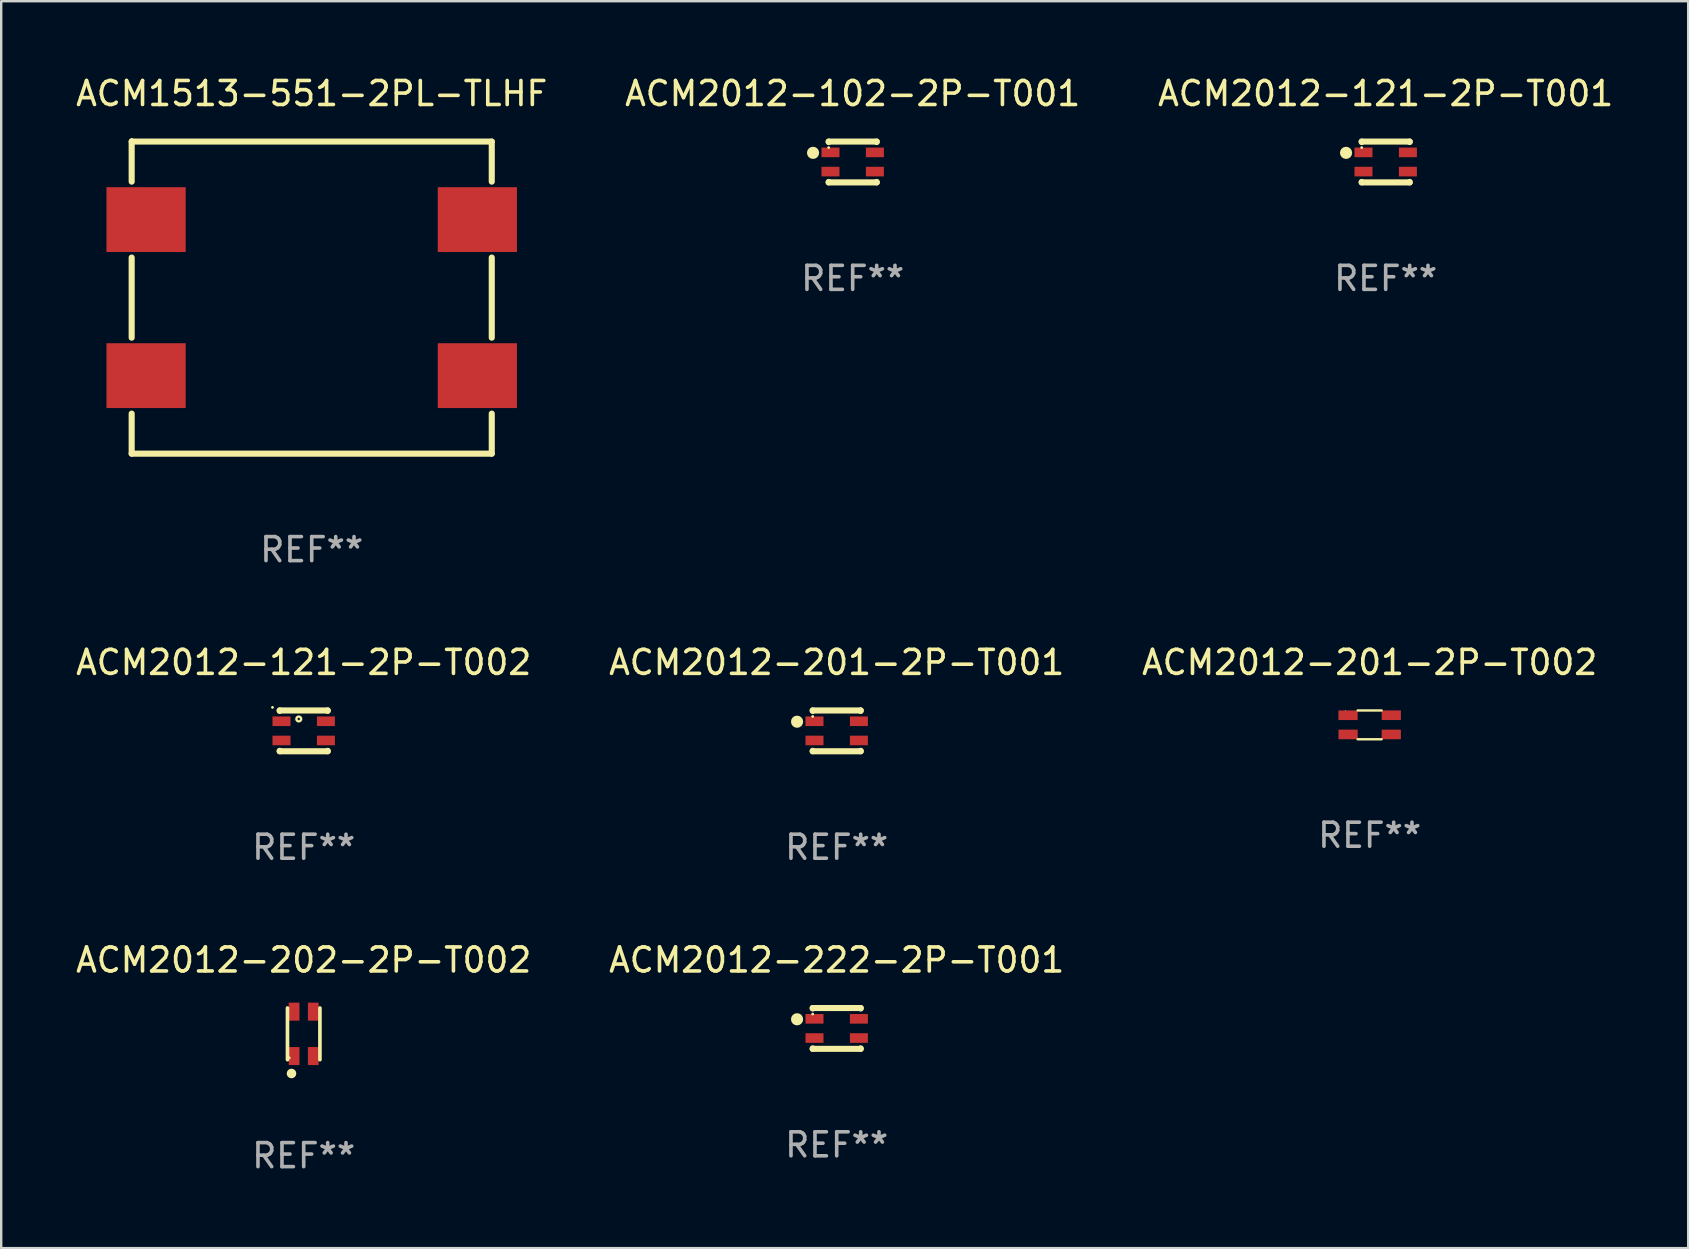
<source format=kicad_pcb>
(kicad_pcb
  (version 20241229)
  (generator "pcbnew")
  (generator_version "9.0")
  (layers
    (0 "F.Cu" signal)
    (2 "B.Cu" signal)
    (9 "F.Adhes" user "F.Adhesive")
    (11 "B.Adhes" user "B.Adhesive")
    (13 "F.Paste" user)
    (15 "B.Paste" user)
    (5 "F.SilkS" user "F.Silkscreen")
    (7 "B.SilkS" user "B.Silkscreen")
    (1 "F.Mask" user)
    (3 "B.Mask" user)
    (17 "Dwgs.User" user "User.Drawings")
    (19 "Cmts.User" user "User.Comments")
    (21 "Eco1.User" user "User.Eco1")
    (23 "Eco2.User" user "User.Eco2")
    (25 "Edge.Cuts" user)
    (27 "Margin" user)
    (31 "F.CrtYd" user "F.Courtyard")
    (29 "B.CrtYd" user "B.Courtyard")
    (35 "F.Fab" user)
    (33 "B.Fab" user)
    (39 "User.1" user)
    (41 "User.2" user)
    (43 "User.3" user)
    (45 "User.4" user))
  (footprint "ACM2012-201-2P-T002"
    (layer "F.Cu")
    (at 54.006 27.145)
    (property "Reference" "ACM2012-201-2P-T002" (at 0 -2.6 0) (layer "F.SilkS") (effects (font (size 1 1) (thickness 0.15))))
    (attr through_hole)
    (fp_line (start -0.501 -0.6) (end 0.499 -0.6) (stroke (width 0.1) (type solid)) (layer "F.SilkS"))
    (fp_line (start -0.501 0.6) (end 0.499 0.6) (stroke (width 0.1) (type solid)) (layer "F.SilkS"))
    (fp_circle (center -1 -0.601) (end -0.99 -0.601) (stroke (width 0.02) (type solid)) (fill no) (layer "F.SilkS"))
    (fp_text user "REF**" (at 0 4.6 0) (layer "F.Fab") (effects (font (size 1 1) (thickness 0.15))))
    (pad "1" smd rect (at -0.901 -0.4 90) (size 0.4 0.8) (layers "F.Cu" "F.Mask" "F.Paste"))
    (pad "2" smd rect (at -0.899 0.399 90) (size 0.4 0.8) (layers "F.Cu" "F.Mask" "F.Paste"))
    (pad "3" smd rect (at 0.9 0.399 90) (size 0.4 0.8) (layers "F.Cu" "F.Mask" "F.Paste"))
    (pad "4" smd rect (at 0.901 -0.401 90) (size 0.4 0.8) (layers "F.Cu" "F.Mask" "F.Paste")))
  (footprint "ACM2012-121-2P-T002"
    (layer "F.Cu")
    (at 9.601 27.395)
    (property "Reference" "ACM2012-121-2P-T002" (at 0 -2.85 0) (layer "F.SilkS") (effects (font (size 1 1) (thickness 0.15))))
    (attr through_hole)
    (fp_line (start -1 -0.85) (end -1 -0.831) (stroke (width 0.254) (type solid)) (layer "F.SilkS"))
    (fp_line (start -1 -0.85) (end 1 -0.85) (stroke (width 0.254) (type solid)) (layer "F.SilkS"))
    (fp_line (start -1 0.831) (end -1 0.85) (stroke (width 0.254) (type solid)) (layer "F.SilkS"))
    (fp_line (start -1 0.85) (end 1 0.85) (stroke (width 0.254) (type solid)) (layer "F.SilkS"))
    (fp_line (start 1 -0.85) (end 1 -0.831) (stroke (width 0.254) (type solid)) (layer "F.SilkS"))
    (fp_line (start 1 0.831) (end 1 0.85) (stroke (width 0.254) (type solid)) (layer "F.SilkS"))
    (fp_circle (center -1.3 -0.977) (end -1.27 -0.977) (stroke (width 0.06) (type solid)) (fill no) (layer "F.SilkS"))
    (fp_circle (center -0.205 -0.495) (end -0.105 -0.495) (stroke (width 0.1) (type solid)) (fill no) (layer "F.SilkS"))
    (fp_text user "REF**" (at 0 4.85 0) (layer "F.Fab") (effects (font (size 1 1) (thickness 0.15))))
    (pad "1" smd rect (at -0.925 -0.4) (size 0.75 0.4) (layers "F.Cu" "F.Mask" "F.Paste"))
    (pad "2" smd rect (at -0.925 0.4) (size 0.75 0.4) (layers "F.Cu" "F.Mask" "F.Paste"))
    (pad "3" smd rect (at 0.925 0.4) (size 0.75 0.4) (layers "F.Cu" "F.Mask" "F.Paste"))
    (pad "4" smd rect (at 0.925 -0.4) (size 0.75 0.4) (layers "F.Cu" "F.Mask" "F.Paste")))
  (footprint "ACM2012-202-2P-T002"
    (layer "F.Cu")
    (at 9.601 40.017)
    (property "Reference" "ACM2012-202-2P-T002" (at 0 -3.076 0) (layer "F.SilkS") (effects (font (size 1 1) (thickness 0.15))))
    (attr through_hole)
    (fp_line (start -0.676 1.076) (end -0.676 -1.076) (stroke (width 0.152) (type solid)) (layer "F.SilkS"))
    (fp_line (start 0.676 1.076) (end 0.676 -1.076) (stroke (width 0.152) (type solid)) (layer "F.SilkS"))
    (fp_circle (center -0.6 1) (end -0.57 1) (stroke (width 0.06) (type solid)) (fill no) (layer "F.SilkS"))
    (fp_circle (center -0.508 1.651) (end -0.408 1.651) (stroke (width 0.2) (type solid)) (fill no) (layer "F.SilkS"))
    (fp_text user "REF**" (at 0 5.076 0) (layer "F.Fab") (effects (font (size 1 1) (thickness 0.15))))
    (pad "1" smd rect (at -0.4 0.925) (size 0.448 0.75) (layers "F.Cu" "F.Mask" "F.Paste"))
    (pad "2" smd rect (at 0.4 0.925) (size 0.448 0.75) (layers "F.Cu" "F.Mask" "F.Paste"))
    (pad "3" smd rect (at 0.4 -0.925) (size 0.448 0.75) (layers "F.Cu" "F.Mask" "F.Paste"))
    (pad "4" smd rect (at -0.4 -0.925) (size 0.448 0.75) (layers "F.Cu" "F.Mask" "F.Paste")))
  (footprint "ACM2012-102-2P-T001"
    (layer "F.Cu")
    (at 32.47 3.698)
    (property "Reference" "ACM2012-102-2P-T001" (at 0 -2.85 0) (layer "F.SilkS") (effects (font (size 1 1) (thickness 0.15))))
    (attr through_hole)
    (fp_line (start -1 -0.85) (end -1 -0.831) (stroke (width 0.254) (type solid)) (layer "F.SilkS"))
    (fp_line (start -1 -0.85) (end 1 -0.85) (stroke (width 0.254) (type solid)) (layer "F.SilkS"))
    (fp_line (start -1 0.831) (end -1 0.85) (stroke (width 0.254) (type solid)) (layer "F.SilkS"))
    (fp_line (start -1 0.85) (end 1 0.85) (stroke (width 0.254) (type solid)) (layer "F.SilkS"))
    (fp_line (start 1 -0.85) (end 1 -0.831) (stroke (width 0.254) (type solid)) (layer "F.SilkS"))
    (fp_line (start 1 0.831) (end 1 0.85) (stroke (width 0.254) (type solid)) (layer "F.SilkS"))
    (fp_circle (center -1.651 -0.381) (end -1.524 -0.381) (stroke (width 0.254) (type solid)) (fill no) (layer "F.SilkS"))
    (fp_circle (center -1 -0.6) (end -0.97 -0.6) (stroke (width 0.06) (type solid)) (fill no) (layer "F.SilkS"))
    (fp_text user "REF**" (at 0 4.85 0) (layer "F.Fab") (effects (font (size 1 1) (thickness 0.15))))
    (pad "1" smd rect (at -0.925 -0.4) (size 0.75 0.4) (layers "F.Cu" "F.Mask" "F.Paste"))
    (pad "2" smd rect (at -0.925 0.4) (size 0.75 0.4) (layers "F.Cu" "F.Mask" "F.Paste"))
    (pad "3" smd rect (at 0.925 0.4) (size 0.75 0.4) (layers "F.Cu" "F.Mask" "F.Paste"))
    (pad "4" smd rect (at 0.925 -0.4) (size 0.75 0.4) (layers "F.Cu" "F.Mask" "F.Paste")))
  (footprint "ACM2012-121-2P-T001"
    (layer "F.Cu")
    (at 54.673 3.698)
    (property "Reference" "ACM2012-121-2P-T001" (at 0 -2.85 0) (layer "F.SilkS") (effects (font (size 1 1) (thickness 0.15))))
    (attr through_hole)
    (fp_line (start -1 -0.85) (end -1 -0.831) (stroke (width 0.254) (type solid)) (layer "F.SilkS"))
    (fp_line (start -1 -0.85) (end 1 -0.85) (stroke (width 0.254) (type solid)) (layer "F.SilkS"))
    (fp_line (start -1 0.831) (end -1 0.85) (stroke (width 0.254) (type solid)) (layer "F.SilkS"))
    (fp_line (start -1 0.85) (end 1 0.85) (stroke (width 0.254) (type solid)) (layer "F.SilkS"))
    (fp_line (start 1 -0.85) (end 1 -0.831) (stroke (width 0.254) (type solid)) (layer "F.SilkS"))
    (fp_line (start 1 0.831) (end 1 0.85) (stroke (width 0.254) (type solid)) (layer "F.SilkS"))
    (fp_circle (center -1.651 -0.381) (end -1.524 -0.381) (stroke (width 0.254) (type solid)) (fill no) (layer "F.SilkS"))
    (fp_circle (center -1 -0.6) (end -0.97 -0.6) (stroke (width 0.06) (type solid)) (fill no) (layer "F.SilkS"))
    (fp_text user "REF**" (at 0 4.85 0) (layer "F.Fab") (effects (font (size 1 1) (thickness 0.15))))
    (pad "1" smd rect (at -0.925 -0.4) (size 0.75 0.4) (layers "F.Cu" "F.Mask" "F.Paste"))
    (pad "2" smd rect (at -0.925 0.4) (size 0.75 0.4) (layers "F.Cu" "F.Mask" "F.Paste"))
    (pad "3" smd rect (at 0.925 0.4) (size 0.75 0.4) (layers "F.Cu" "F.Mask" "F.Paste"))
    (pad "4" smd rect (at 0.925 -0.4) (size 0.75 0.4) (layers "F.Cu" "F.Mask" "F.Paste")))
  (footprint "ACM1513-551-2PL-TLHF"
    (layer "F.Cu")
    (at 9.935 9.348)
    (property "Reference" "ACM1513-551-2PL-TLHF" (at 0 -8.5 0) (layer "F.SilkS") (effects (font (size 1 1) (thickness 0.15))))
    (attr through_hole)
    (fp_line (start -7.5 -6.5) (end 7.5 -6.5) (stroke (width 0.254) (type solid)) (layer "F.SilkS"))
    (fp_line (start -7.5 -4.831) (end -7.5 -6.5) (stroke (width 0.254) (type solid)) (layer "F.SilkS"))
    (fp_line (start -7.5 1.669) (end -7.5 -1.669) (stroke (width 0.254) (type solid)) (layer "F.SilkS"))
    (fp_line (start -7.5 6.5) (end -7.5 4.831) (stroke (width 0.254) (type solid)) (layer "F.SilkS"))
    (fp_line (start 7.5 -6.5) (end 7.5 -4.831) (stroke (width 0.254) (type solid)) (layer "F.SilkS"))
    (fp_line (start 7.5 -1.669) (end 7.5 1.669) (stroke (width 0.254) (type solid)) (layer "F.SilkS"))
    (fp_line (start 7.5 4.831) (end 7.5 6.5) (stroke (width 0.254) (type solid)) (layer "F.SilkS"))
    (fp_line (start 7.5 6.5) (end -7.5 6.5) (stroke (width 0.254) (type solid)) (layer "F.SilkS"))
    (fp_circle (center -7.493 -6.52) (end -7.433 -6.52) (stroke (width 0.12) (type solid)) (fill no) (layer "F.SilkS"))
    (fp_text user "REF**" (at 0 10.5 0) (layer "F.Fab") (effects (font (size 1 1) (thickness 0.15))))
    (pad "1" smd rect (at -6.9 -3.25) (size 3.3 2.7) (layers "F.Cu" "F.Mask" "F.Paste"))
    (pad "2" smd rect (at -6.9 3.25) (size 3.3 2.7) (layers "F.Cu" "F.Mask" "F.Paste"))
    (pad "3" smd rect (at 6.9 3.25) (size 3.3 2.7) (layers "F.Cu" "F.Mask" "F.Paste"))
    (pad "4" smd rect (at 6.9 -3.25) (size 3.3 2.7) (layers "F.Cu" "F.Mask" "F.Paste")))
  (footprint "ACM2012-201-2P-T001"
    (layer "F.Cu")
    (at 31.804 27.395)
    (property "Reference" "ACM2012-201-2P-T001" (at 0 -2.85 0) (layer "F.SilkS") (effects (font (size 1 1) (thickness 0.15))))
    (attr through_hole)
    (fp_line (start -1 -0.85) (end -1 -0.831) (stroke (width 0.254) (type solid)) (layer "F.SilkS"))
    (fp_line (start -1 -0.85) (end 1 -0.85) (stroke (width 0.254) (type solid)) (layer "F.SilkS"))
    (fp_line (start -1 0.831) (end -1 0.85) (stroke (width 0.254) (type solid)) (layer "F.SilkS"))
    (fp_line (start -1 0.85) (end 1 0.85) (stroke (width 0.254) (type solid)) (layer "F.SilkS"))
    (fp_line (start 1 -0.85) (end 1 -0.831) (stroke (width 0.254) (type solid)) (layer "F.SilkS"))
    (fp_line (start 1 0.831) (end 1 0.85) (stroke (width 0.254) (type solid)) (layer "F.SilkS"))
    (fp_circle (center -1.651 -0.381) (end -1.524 -0.381) (stroke (width 0.254) (type solid)) (fill no) (layer "F.SilkS"))
    (fp_circle (center -1 -0.6) (end -0.97 -0.6) (stroke (width 0.06) (type solid)) (fill no) (layer "F.SilkS"))
    (fp_text user "REF**" (at 0 4.85 0) (layer "F.Fab") (effects (font (size 1 1) (thickness 0.15))))
    (pad "1" smd rect (at -0.925 -0.4) (size 0.75 0.4) (layers "F.Cu" "F.Mask" "F.Paste"))
    (pad "2" smd rect (at -0.925 0.4) (size 0.75 0.4) (layers "F.Cu" "F.Mask" "F.Paste"))
    (pad "3" smd rect (at 0.925 0.4) (size 0.75 0.4) (layers "F.Cu" "F.Mask" "F.Paste"))
    (pad "4" smd rect (at 0.925 -0.4) (size 0.75 0.4) (layers "F.Cu" "F.Mask" "F.Paste")))
  (footprint "ACM2012-222-2P-T001"
    (layer "F.Cu")
    (at 31.804 39.791)
    (property "Reference" "ACM2012-222-2P-T001" (at 0 -2.85 0) (layer "F.SilkS") (effects (font (size 1 1) (thickness 0.15))))
    (attr through_hole)
    (fp_line (start -1 -0.85) (end -1 -0.831) (stroke (width 0.254) (type solid)) (layer "F.SilkS"))
    (fp_line (start -1 -0.85) (end 1 -0.85) (stroke (width 0.254) (type solid)) (layer "F.SilkS"))
    (fp_line (start -1 0.831) (end -1 0.85) (stroke (width 0.254) (type solid)) (layer "F.SilkS"))
    (fp_line (start -1 0.85) (end 1 0.85) (stroke (width 0.254) (type solid)) (layer "F.SilkS"))
    (fp_line (start 1 -0.85) (end 1 -0.831) (stroke (width 0.254) (type solid)) (layer "F.SilkS"))
    (fp_line (start 1 0.831) (end 1 0.85) (stroke (width 0.254) (type solid)) (layer "F.SilkS"))
    (fp_circle (center -1.651 -0.381) (end -1.524 -0.381) (stroke (width 0.254) (type solid)) (fill no) (layer "F.SilkS"))
    (fp_circle (center -1 -0.6) (end -0.97 -0.6) (stroke (width 0.06) (type solid)) (fill no) (layer "F.SilkS"))
    (fp_text user "REF**" (at 0 4.85 0) (layer "F.Fab") (effects (font (size 1 1) (thickness 0.15))))
    (pad "1" smd rect (at -0.925 -0.4) (size 0.75 0.4) (layers "F.Cu" "F.Mask" "F.Paste"))
    (pad "2" smd rect (at -0.925 0.4) (size 0.75 0.4) (layers "F.Cu" "F.Mask" "F.Paste"))
    (pad "3" smd rect (at 0.925 0.4) (size 0.75 0.4) (layers "F.Cu" "F.Mask" "F.Paste"))
    (pad "4" smd rect (at 0.925 -0.4) (size 0.75 0.4) (layers "F.Cu" "F.Mask" "F.Paste")))
  (gr_rect
    (start -3 -3)
    (end 67.274 48.942)
    (stroke (width 0.1) (type default))
    (fill no)
    (layer "Edge.Cuts")))
</source>
